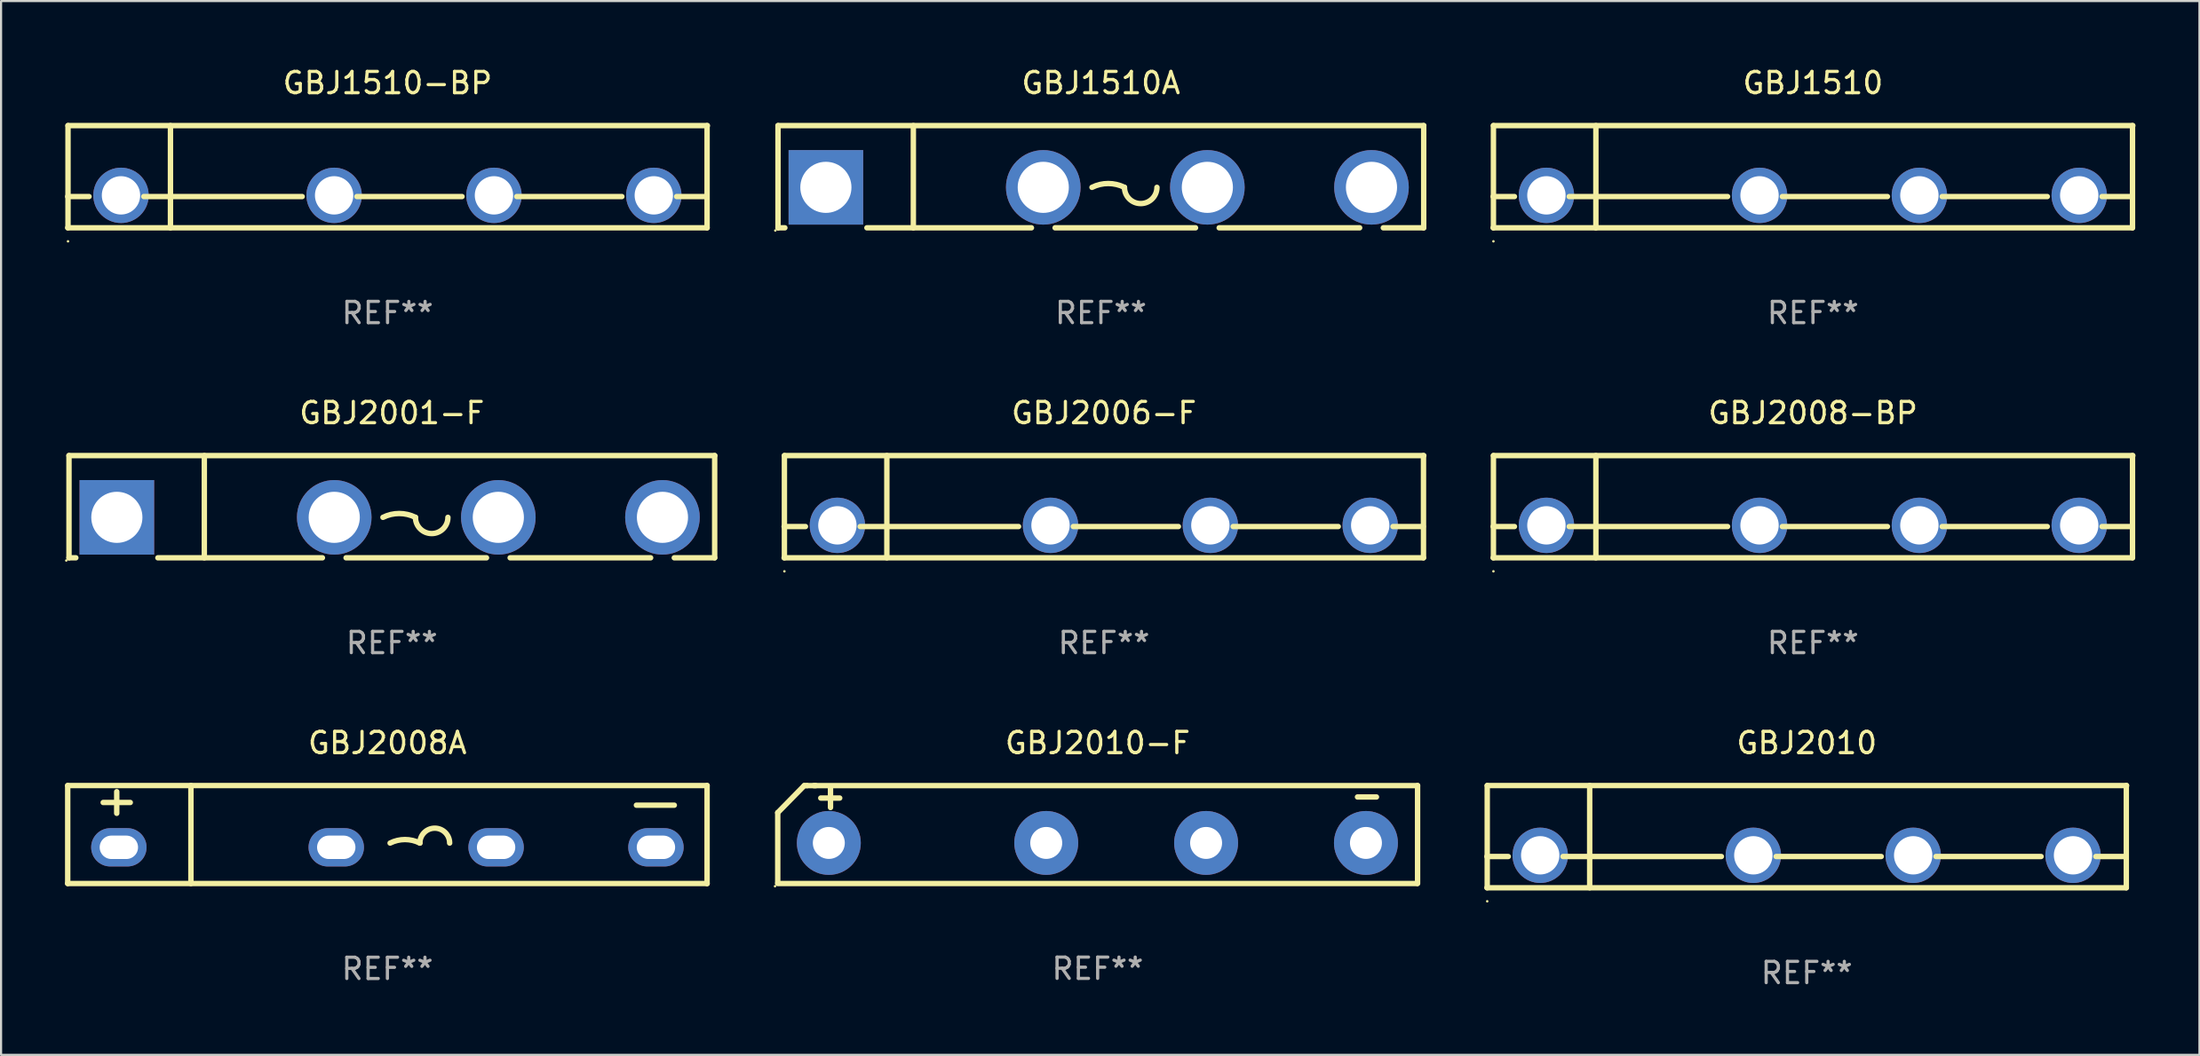
<source format=kicad_pcb>
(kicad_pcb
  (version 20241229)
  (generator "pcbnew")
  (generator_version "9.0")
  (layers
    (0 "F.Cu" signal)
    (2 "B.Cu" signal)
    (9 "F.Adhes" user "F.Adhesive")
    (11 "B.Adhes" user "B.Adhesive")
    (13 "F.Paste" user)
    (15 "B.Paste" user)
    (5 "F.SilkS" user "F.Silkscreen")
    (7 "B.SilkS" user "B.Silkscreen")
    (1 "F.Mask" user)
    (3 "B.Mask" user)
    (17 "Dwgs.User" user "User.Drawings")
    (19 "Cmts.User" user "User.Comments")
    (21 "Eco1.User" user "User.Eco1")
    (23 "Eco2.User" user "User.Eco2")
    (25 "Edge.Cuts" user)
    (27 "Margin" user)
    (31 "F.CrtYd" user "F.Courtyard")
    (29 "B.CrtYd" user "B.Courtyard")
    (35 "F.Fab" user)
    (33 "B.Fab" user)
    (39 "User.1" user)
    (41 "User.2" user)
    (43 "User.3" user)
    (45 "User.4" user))
  (footprint "GBJ1510"
    (layer "F.Cu")
    (at 82.016 5.248)
    (property "Reference" "GBJ1510" (at 0 -4.4 0) (layer "F.SilkS") (effects (font (size 1 1) (thickness 0.15))))
    (attr through_hole)
    (fp_line (start -15.007 0.932) (end -14.006 0.932) (stroke (width 0.254) (type solid)) (layer "F.SilkS"))
    (fp_line (start -15.007 2.4) (end 14.993 2.4) (stroke (width 0.254) (type solid)) (layer "F.SilkS"))
    (fp_line (start -14.993 -2.4) (end -14.993 2.4) (stroke (width 0.254) (type solid)) (layer "F.SilkS"))
    (fp_line (start -14.993 -2.4) (end 15.007 -2.4) (stroke (width 0.254) (type solid)) (layer "F.SilkS"))
    (fp_line (start -11.436 0.932) (end -4.006 0.932) (stroke (width 0.254) (type solid)) (layer "F.SilkS"))
    (fp_line (start -10.186 -2.4) (end -10.186 2.4) (stroke (width 0.254) (type solid)) (layer "F.SilkS"))
    (fp_line (start -1.436 0.932) (end 3.494 0.932) (stroke (width 0.254) (type solid)) (layer "F.SilkS"))
    (fp_line (start 6.064 0.932) (end 10.994 0.932) (stroke (width 0.254) (type solid)) (layer "F.SilkS"))
    (fp_line (start 13.564 0.932) (end 14.979 0.932) (stroke (width 0.254) (type solid)) (layer "F.SilkS"))
    (fp_line (start 14.993 -2.4) (end 14.993 2.4) (stroke (width 0.254) (type solid)) (layer "F.SilkS"))
    (fp_circle (center -14.993 3.035) (end -14.963 3.035) (stroke (width 0.06) (type solid)) (fill no) (layer "F.SilkS"))
    (fp_text user "-" (at 11.169 -0.648 0) (layer "B.Mask") (effects (font (size 1 1) (thickness 0.15))))
    (fp_text user "&#126;" (at 3.931 -0.574 0) (layer "B.Mask") (effects (font (size 1 1) (thickness 0.15))))
    (fp_text user "+" (at -13.468 -0.656 0) (layer "B.Mask") (effects (font (size 1 1) (thickness 0.15))))
    (fp_text user "&#126;" (at -3.308 -0.701 0) (layer "B.Mask") (effects (font (size 1 1) (thickness 0.15))))
    (fp_text user "REF**" (at 0 6.4 0) (layer "F.Fab") (effects (font (size 1 1) (thickness 0.15))))
    (pad "1" thru_hole circle (at -12.507 0.876) (size 2.6 2.6) (drill 1.8) (layers "*.Cu" "*.Mask"))
    (pad "2" thru_hole circle (at -2.507 0.876) (size 2.6 2.6) (drill 1.8) (layers "*.Cu" "*.Mask"))
    (pad "3" thru_hole circle (at 4.993 0.876) (size 2.6 2.6) (drill 1.8) (layers "*.Cu" "*.Mask"))
    (pad "4" thru_hole circle (at 12.493 0.876) (size 2.6 2.6) (drill 1.8) (layers "*.Cu" "*.Mask")))
  (footprint "GBJ2006-F"
    (layer "F.Cu")
    (at 48.748 20.745)
    (property "Reference" "GBJ2006-F" (at 0 -4.4 0) (layer "F.SilkS") (effects (font (size 1 1) (thickness 0.15))))
    (attr through_hole)
    (fp_line (start -15.007 0.932) (end -14.006 0.932) (stroke (width 0.254) (type solid)) (layer "F.SilkS"))
    (fp_line (start -15.007 2.4) (end 14.993 2.4) (stroke (width 0.254) (type solid)) (layer "F.SilkS"))
    (fp_line (start -14.993 -2.4) (end -14.993 2.4) (stroke (width 0.254) (type solid)) (layer "F.SilkS"))
    (fp_line (start -14.993 -2.4) (end 15.007 -2.4) (stroke (width 0.254) (type solid)) (layer "F.SilkS"))
    (fp_line (start -11.436 0.932) (end -4.006 0.932) (stroke (width 0.254) (type solid)) (layer "F.SilkS"))
    (fp_line (start -10.186 -2.4) (end -10.186 2.4) (stroke (width 0.254) (type solid)) (layer "F.SilkS"))
    (fp_line (start -1.436 0.932) (end 3.494 0.932) (stroke (width 0.254) (type solid)) (layer "F.SilkS"))
    (fp_line (start 6.064 0.932) (end 10.994 0.932) (stroke (width 0.254) (type solid)) (layer "F.SilkS"))
    (fp_line (start 13.564 0.932) (end 14.979 0.932) (stroke (width 0.254) (type solid)) (layer "F.SilkS"))
    (fp_line (start 14.993 -2.4) (end 14.993 2.4) (stroke (width 0.254) (type solid)) (layer "F.SilkS"))
    (fp_circle (center -14.993 3.035) (end -14.963 3.035) (stroke (width 0.06) (type solid)) (fill no) (layer "F.SilkS"))
    (fp_text user "-" (at 11.169 -0.648 0) (layer "B.Mask") (effects (font (size 1 1) (thickness 0.15))))
    (fp_text user "&#126;" (at -3.308 -0.701 0) (layer "B.Mask") (effects (font (size 1 1) (thickness 0.15))))
    (fp_text user "&#126;" (at 3.931 -0.574 0) (layer "B.Mask") (effects (font (size 1 1) (thickness 0.15))))
    (fp_text user "+" (at -13.468 -0.656 0) (layer "B.Mask") (effects (font (size 1 1) (thickness 0.15))))
    (fp_text user "REF**" (at 0 6.4 0) (layer "F.Fab") (effects (font (size 1 1) (thickness 0.15))))
    (pad "1" thru_hole circle (at -12.507 0.876) (size 2.6 2.6) (drill 1.8) (layers "*.Cu" "*.Mask"))
    (pad "2" thru_hole circle (at -2.507 0.876) (size 2.6 2.6) (drill 1.8) (layers "*.Cu" "*.Mask"))
    (pad "3" thru_hole circle (at 4.993 0.876) (size 2.6 2.6) (drill 1.8) (layers "*.Cu" "*.Mask"))
    (pad "4" thru_hole circle (at 12.493 0.876) (size 2.6 2.6) (drill 1.8) (layers "*.Cu" "*.Mask")))
  (footprint "GBJ2008-BP"
    (layer "F.Cu")
    (at 82.016 20.745)
    (property "Reference" "GBJ2008-BP" (at 0 -4.4 0) (layer "F.SilkS") (effects (font (size 1 1) (thickness 0.15))))
    (attr through_hole)
    (fp_line (start -15.007 0.932) (end -14.006 0.932) (stroke (width 0.254) (type solid)) (layer "F.SilkS"))
    (fp_line (start -15.007 2.4) (end 14.993 2.4) (stroke (width 0.254) (type solid)) (layer "F.SilkS"))
    (fp_line (start -14.993 -2.4) (end -14.993 2.4) (stroke (width 0.254) (type solid)) (layer "F.SilkS"))
    (fp_line (start -14.993 -2.4) (end 15.007 -2.4) (stroke (width 0.254) (type solid)) (layer "F.SilkS"))
    (fp_line (start -11.436 0.932) (end -4.006 0.932) (stroke (width 0.254) (type solid)) (layer "F.SilkS"))
    (fp_line (start -10.186 -2.4) (end -10.186 2.4) (stroke (width 0.254) (type solid)) (layer "F.SilkS"))
    (fp_line (start -1.436 0.932) (end 3.494 0.932) (stroke (width 0.254) (type solid)) (layer "F.SilkS"))
    (fp_line (start 6.064 0.932) (end 10.994 0.932) (stroke (width 0.254) (type solid)) (layer "F.SilkS"))
    (fp_line (start 13.564 0.932) (end 14.979 0.932) (stroke (width 0.254) (type solid)) (layer "F.SilkS"))
    (fp_line (start 14.993 -2.4) (end 14.993 2.4) (stroke (width 0.254) (type solid)) (layer "F.SilkS"))
    (fp_circle (center -14.993 3.035) (end -14.963 3.035) (stroke (width 0.06) (type solid)) (fill no) (layer "F.SilkS"))
    (fp_text user "&#126;" (at 3.931 -0.574 0) (layer "B.Mask") (effects (font (size 1 1) (thickness 0.15))))
    (fp_text user "-" (at 11.169 -0.648 0) (layer "B.Mask") (effects (font (size 1 1) (thickness 0.15))))
    (fp_text user "&#126;" (at -3.308 -0.701 0) (layer "B.Mask") (effects (font (size 1 1) (thickness 0.15))))
    (fp_text user "+" (at -13.468 -0.656 0) (layer "B.Mask") (effects (font (size 1 1) (thickness 0.15))))
    (fp_text user "REF**" (at 0 6.4 0) (layer "F.Fab") (effects (font (size 1 1) (thickness 0.15))))
    (pad "1" thru_hole circle (at -12.507 0.876) (size 2.6 2.6) (drill 1.8) (layers "*.Cu" "*.Mask"))
    (pad "2" thru_hole circle (at -2.507 0.876) (size 2.6 2.6) (drill 1.8) (layers "*.Cu" "*.Mask"))
    (pad "3" thru_hole circle (at 4.993 0.876) (size 2.6 2.6) (drill 1.8) (layers "*.Cu" "*.Mask"))
    (pad "4" thru_hole circle (at 12.493 0.876) (size 2.6 2.6) (drill 1.8) (layers "*.Cu" "*.Mask")))
  (footprint "GBJ2008A"
    (layer "F.Cu")
    (at 15.127 36.144)
    (property "Reference" "GBJ2008A" (at 0 -4.303 0) (layer "F.SilkS") (effects (font (size 1 1) (thickness 0.15))))
    (attr through_hole)
    (fp_line (start -15 -2.303) (end -15 2.297) (stroke (width 0.254) (type solid)) (layer "F.SilkS"))
    (fp_line (start -15 -2.303) (end 15 -2.303) (stroke (width 0.254) (type solid)) (layer "F.SilkS"))
    (fp_line (start -15 2.297) (end 15 2.297) (stroke (width 0.254) (type solid)) (layer "F.SilkS"))
    (fp_line (start -13.335 -1.508) (end -12.065 -1.508) (stroke (width 0.254) (type solid)) (layer "F.SilkS"))
    (fp_line (start -12.7 -1) (end -12.7 -2.016) (stroke (width 0.254) (type solid)) (layer "F.SilkS"))
    (fp_line (start -9.219 -2.303) (end -9.219 2.297) (stroke (width 0.254) (type solid)) (layer "F.SilkS"))
    (fp_line (start 11.684 -1.381) (end 13.462 -1.381) (stroke (width 0.254) (type solid)) (layer "F.SilkS"))
    (fp_line (start 15 -2.303) (end 15 2.303) (stroke (width 0.254) (type solid)) (layer "F.SilkS"))
    (fp_arc (start 0.127 0.397498) (mid 0.825502 0.232604) (end 1.524003 0.397498) (stroke (width 0.254001) (type solid)) (layer "F.SilkS"))
    (fp_arc (start 1.524002 0.397498) (mid 2.222504 -0.301004) (end 2.921006 0.397498) (stroke (width 0.254001) (type solid)) (layer "F.SilkS"))
    (fp_circle (center -15 -2.27) (end -14.97 -2.27) (stroke (width 0.06) (type solid)) (fill no) (layer "F.SilkS"))
    (fp_text user "REF**" (at 0 6.303 0) (layer "F.Fab") (effects (font (size 1 1) (thickness 0.15))))
    (pad "1" thru_hole oval (at -12.6 0.597 90) (size 1.8 2.6) (drill oval 1.1 1.8) (layers "*.Cu" "*.Mask"))
    (pad "2" thru_hole oval (at -2.4 0.597 90) (size 1.8 2.6) (drill oval 1.1 1.8) (layers "*.Cu" "*.Mask"))
    (pad "3" thru_hole oval (at 5.1 0.597 90) (size 1.8 2.6) (drill oval 1.1 1.8) (layers "*.Cu" "*.Mask"))
    (pad "4" thru_hole oval (at 12.6 0.597 90) (size 1.8 2.6) (drill oval 1.1 1.8) (layers "*.Cu" "*.Mask")))
  (footprint "GBJ2001-F"
    (layer "F.Cu")
    (at 15.337 20.745)
    (property "Reference" "GBJ2001-F" (at 0 -4.4 0) (layer "F.SilkS") (effects (font (size 1 1) (thickness 0.15))))
    (attr through_hole)
    (fp_line (start -15.15 -2.4) (end -15.15 2.4) (stroke (width 0.254) (type solid)) (layer "F.SilkS"))
    (fp_line (start -15.15 -2.4) (end 15.15 -2.4) (stroke (width 0.254) (type solid)) (layer "F.SilkS"))
    (fp_line (start -15.15 2.4) (end -14.829 2.4) (stroke (width 0.254) (type solid)) (layer "F.SilkS"))
    (fp_line (start -10.979 2.4) (end -3.259 2.4) (stroke (width 0.254) (type solid)) (layer "F.SilkS"))
    (fp_line (start -8.8 -2.4) (end -8.8 2.4) (stroke (width 0.254) (type solid)) (layer "F.SilkS"))
    (fp_line (start -2.149 2.4) (end 4.44 2.4) (stroke (width 0.254) (type solid)) (layer "F.SilkS"))
    (fp_line (start 5.55 2.4) (end 12.141 2.4) (stroke (width 0.254) (type solid)) (layer "F.SilkS"))
    (fp_line (start 13.251 2.4) (end 15.146 2.4) (stroke (width 0.254) (type solid)) (layer "F.SilkS"))
    (fp_line (start 15.146 2.4) (end 15.146 -2.4) (stroke (width 0.254) (type solid)) (layer "F.SilkS"))
    (fp_arc (start -0.417958 0.5) (mid 0.344044 0.320116) (end 1.106045 0.5) (stroke (width 0.254001) (type solid)) (layer "F.SilkS"))
    (fp_arc (start 2.630048 0.5) (mid 1.868047 1.262001) (end 1.106046 0.5) (stroke (width 0.254001) (type solid)) (layer "F.SilkS"))
    (fp_circle (center -15.277 2.527) (end -15.247 2.527) (stroke (width 0.06) (type solid)) (fill no) (layer "F.SilkS"))
    (fp_text user "+" (at -10.832 0.569 0) (layer "B.Mask") (effects (font (size 1 1) (thickness 0.15))))
    (fp_text user "-" (at 8.98 0.5 0) (layer "B.Mask") (effects (font (size 1 1) (thickness 0.15))))
    (fp_text user "REF**" (at 0 6.4 0) (layer "F.Fab") (effects (font (size 1 1) (thickness 0.15))))
    (pad "1" thru_hole rect (at -12.904 0.5) (size 3.5 3.5) (drill 2.4) (layers "*.Cu" "*.Mask"))
    (pad "2" thru_hole circle (at -2.704 0.5) (size 3.5 3.5) (drill 2.4) (layers "*.Cu" "*.Mask"))
    (pad "3" thru_hole circle (at 4.995 0.5) (size 3.5 3.5) (drill 2.4) (layers "*.Cu" "*.Mask"))
    (pad "4" thru_hole circle (at 12.696 0.5) (size 3.5 3.5) (drill 2.4) (layers "*.Cu" "*.Mask")))
  (footprint "GBJ1510A"
    (layer "F.Cu")
    (at 48.605 5.248)
    (property "Reference" "GBJ1510A" (at 0 -4.4 0) (layer "F.SilkS") (effects (font (size 1 1) (thickness 0.15))))
    (attr through_hole)
    (fp_line (start -15.15 -2.4) (end -15.15 2.4) (stroke (width 0.254) (type solid)) (layer "F.SilkS"))
    (fp_line (start -15.15 -2.4) (end 15.15 -2.4) (stroke (width 0.254) (type solid)) (layer "F.SilkS"))
    (fp_line (start -15.15 2.4) (end -14.829 2.4) (stroke (width 0.254) (type solid)) (layer "F.SilkS"))
    (fp_line (start -10.979 2.4) (end -3.259 2.4) (stroke (width 0.254) (type solid)) (layer "F.SilkS"))
    (fp_line (start -8.8 -2.4) (end -8.8 2.4) (stroke (width 0.254) (type solid)) (layer "F.SilkS"))
    (fp_line (start -2.149 2.4) (end 4.44 2.4) (stroke (width 0.254) (type solid)) (layer "F.SilkS"))
    (fp_line (start 5.55 2.4) (end 12.141 2.4) (stroke (width 0.254) (type solid)) (layer "F.SilkS"))
    (fp_line (start 13.251 2.4) (end 15.146 2.4) (stroke (width 0.254) (type solid)) (layer "F.SilkS"))
    (fp_line (start 15.146 2.4) (end 15.146 -2.4) (stroke (width 0.254) (type solid)) (layer "F.SilkS"))
    (fp_arc (start -0.417958 0.5) (mid 0.344044 0.320116) (end 1.106045 0.5) (stroke (width 0.254001) (type solid)) (layer "F.SilkS"))
    (fp_arc (start 2.630048 0.5) (mid 1.868047 1.262001) (end 1.106046 0.5) (stroke (width 0.254001) (type solid)) (layer "F.SilkS"))
    (fp_circle (center -15.277 2.527) (end -15.247 2.527) (stroke (width 0.06) (type solid)) (fill no) (layer "F.SilkS"))
    (fp_text user "-" (at 8.98 0.5 0) (layer "B.Mask") (effects (font (size 1 1) (thickness 0.15))))
    (fp_text user "+" (at -10.832 0.569 0) (layer "B.Mask") (effects (font (size 1 1) (thickness 0.15))))
    (fp_text user "REF**" (at 0 6.4 0) (layer "F.Fab") (effects (font (size 1 1) (thickness 0.15))))
    (pad "1" thru_hole rect (at -12.904 0.5) (size 3.5 3.5) (drill 2.4) (layers "*.Cu" "*.Mask"))
    (pad "2" thru_hole circle (at -2.704 0.5) (size 3.5 3.5) (drill 2.4) (layers "*.Cu" "*.Mask"))
    (pad "3" thru_hole circle (at 4.995 0.5) (size 3.5 3.5) (drill 2.4) (layers "*.Cu" "*.Mask"))
    (pad "4" thru_hole circle (at 12.696 0.5) (size 3.5 3.5) (drill 2.4) (layers "*.Cu" "*.Mask")))
  (footprint "GBJ1510-BP"
    (layer "F.Cu")
    (at 15.134 5.248)
    (property "Reference" "GBJ1510-BP" (at 0 -4.4 0) (layer "F.SilkS") (effects (font (size 1 1) (thickness 0.15))))
    (attr through_hole)
    (fp_line (start -15.007 0.932) (end -14.006 0.932) (stroke (width 0.254) (type solid)) (layer "F.SilkS"))
    (fp_line (start -15.007 2.4) (end 14.993 2.4) (stroke (width 0.254) (type solid)) (layer "F.SilkS"))
    (fp_line (start -14.993 -2.4) (end -14.993 2.4) (stroke (width 0.254) (type solid)) (layer "F.SilkS"))
    (fp_line (start -14.993 -2.4) (end 15.007 -2.4) (stroke (width 0.254) (type solid)) (layer "F.SilkS"))
    (fp_line (start -11.436 0.932) (end -4.006 0.932) (stroke (width 0.254) (type solid)) (layer "F.SilkS"))
    (fp_line (start -10.186 -2.4) (end -10.186 2.4) (stroke (width 0.254) (type solid)) (layer "F.SilkS"))
    (fp_line (start -1.436 0.932) (end 3.494 0.932) (stroke (width 0.254) (type solid)) (layer "F.SilkS"))
    (fp_line (start 6.064 0.932) (end 10.994 0.932) (stroke (width 0.254) (type solid)) (layer "F.SilkS"))
    (fp_line (start 13.564 0.932) (end 14.979 0.932) (stroke (width 0.254) (type solid)) (layer "F.SilkS"))
    (fp_line (start 14.993 -2.4) (end 14.993 2.4) (stroke (width 0.254) (type solid)) (layer "F.SilkS"))
    (fp_circle (center -14.993 3.035) (end -14.963 3.035) (stroke (width 0.06) (type solid)) (fill no) (layer "F.SilkS"))
    (fp_text user "-" (at 11.169 -0.648 0) (layer "B.Mask") (effects (font (size 1 1) (thickness 0.15))))
    (fp_text user "+" (at -13.468 -0.656 0) (layer "B.Mask") (effects (font (size 1 1) (thickness 0.15))))
    (fp_text user "&#126;" (at 3.931 -0.574 0) (layer "B.Mask") (effects (font (size 1 1) (thickness 0.15))))
    (fp_text user "&#126;" (at -3.308 -0.701 0) (layer "B.Mask") (effects (font (size 1 1) (thickness 0.15))))
    (fp_text user "REF**" (at 0 6.4 0) (layer "F.Fab") (effects (font (size 1 1) (thickness 0.15))))
    (pad "1" thru_hole circle (at -12.507 0.876) (size 2.6 2.6) (drill 1.8) (layers "*.Cu" "*.Mask"))
    (pad "2" thru_hole circle (at -2.507 0.876) (size 2.6 2.6) (drill 1.8) (layers "*.Cu" "*.Mask"))
    (pad "3" thru_hole circle (at 4.993 0.876) (size 2.6 2.6) (drill 1.8) (layers "*.Cu" "*.Mask"))
    (pad "4" thru_hole circle (at 12.493 0.876) (size 2.6 2.6) (drill 1.8) (layers "*.Cu" "*.Mask")))
  (footprint "GBJ2010"
    (layer "F.Cu")
    (at 81.725 36.241)
    (property "Reference" "GBJ2010" (at 0 -4.4 0) (layer "F.SilkS") (effects (font (size 1 1) (thickness 0.15))))
    (attr through_hole)
    (fp_line (start -15.007 0.932) (end -14.006 0.932) (stroke (width 0.254) (type solid)) (layer "F.SilkS"))
    (fp_line (start -15.007 2.4) (end 14.993 2.4) (stroke (width 0.254) (type solid)) (layer "F.SilkS"))
    (fp_line (start -14.993 -2.4) (end -14.993 2.4) (stroke (width 0.254) (type solid)) (layer "F.SilkS"))
    (fp_line (start -14.993 -2.4) (end 15.007 -2.4) (stroke (width 0.254) (type solid)) (layer "F.SilkS"))
    (fp_line (start -11.436 0.932) (end -4.006 0.932) (stroke (width 0.254) (type solid)) (layer "F.SilkS"))
    (fp_line (start -10.186 -2.4) (end -10.186 2.4) (stroke (width 0.254) (type solid)) (layer "F.SilkS"))
    (fp_line (start -1.436 0.932) (end 3.494 0.932) (stroke (width 0.254) (type solid)) (layer "F.SilkS"))
    (fp_line (start 6.064 0.932) (end 10.994 0.932) (stroke (width 0.254) (type solid)) (layer "F.SilkS"))
    (fp_line (start 13.564 0.932) (end 14.979 0.932) (stroke (width 0.254) (type solid)) (layer "F.SilkS"))
    (fp_line (start 14.993 -2.4) (end 14.993 2.4) (stroke (width 0.254) (type solid)) (layer "F.SilkS"))
    (fp_circle (center -14.993 3.035) (end -14.963 3.035) (stroke (width 0.06) (type solid)) (fill no) (layer "F.SilkS"))
    (fp_text user "-" (at 11.169 -0.648 0) (layer "B.Mask") (effects (font (size 1 1) (thickness 0.15))))
    (fp_text user "&#126;" (at 3.931 -0.574 0) (layer "B.Mask") (effects (font (size 1 1) (thickness 0.15))))
    (fp_text user "&#126;" (at -3.308 -0.701 0) (layer "B.Mask") (effects (font (size 1 1) (thickness 0.15))))
    (fp_text user "+" (at -13.468 -0.656 0) (layer "B.Mask") (effects (font (size 1 1) (thickness 0.15))))
    (fp_text user "REF**" (at 0 6.4 0) (layer "F.Fab") (effects (font (size 1 1) (thickness 0.15))))
    (pad "1" thru_hole circle (at -12.507 0.876) (size 2.6 2.6) (drill 1.8) (layers "*.Cu" "*.Mask"))
    (pad "2" thru_hole circle (at -2.507 0.876) (size 2.6 2.6) (drill 1.8) (layers "*.Cu" "*.Mask"))
    (pad "3" thru_hole circle (at 4.993 0.876) (size 2.6 2.6) (drill 1.8) (layers "*.Cu" "*.Mask"))
    (pad "4" thru_hole circle (at 12.493 0.876) (size 2.6 2.6) (drill 1.8) (layers "*.Cu" "*.Mask")))
  (footprint "GBJ2010-F"
    (layer "F.Cu")
    (at 48.453 36.141)
    (property "Reference" "GBJ2010-F" (at 0 -4.3 0) (layer "F.SilkS") (effects (font (size 1 1) (thickness 0.15))))
    (attr through_hole)
    (fp_line (start -15.011 -1.027) (end -15.011 2.275) (stroke (width 0.254) (type solid)) (layer "F.SilkS"))
    (fp_line (start -15.011 -1.027) (end -13.767 -2.297) (stroke (width 0.254) (type solid)) (layer "F.SilkS"))
    (fp_line (start -15.011 2.3) (end 14.989 2.3) (stroke (width 0.254) (type solid)) (layer "F.SilkS"))
    (fp_line (start -13.767 -2.297) (end -13.64 -2.297) (stroke (width 0.254) (type solid)) (layer "F.SilkS"))
    (fp_line (start -13.64 -2.297) (end -13.233 -2.297) (stroke (width 0.254) (type solid)) (layer "F.SilkS"))
    (fp_line (start -13.31 -2.297) (end 15.011 -2.297) (stroke (width 0.254) (type solid)) (layer "F.SilkS"))
    (fp_line (start -12.992 -1.713) (end -12.103 -1.713) (stroke (width 0.254) (type solid)) (layer "F.SilkS"))
    (fp_line (start -12.535 -1.269) (end -12.535 -2.158) (stroke (width 0.254) (type solid)) (layer "F.SilkS"))
    (fp_line (start 12.192 -1.764) (end 13.081 -1.764) (stroke (width 0.254) (type solid)) (layer "F.SilkS"))
    (fp_line (start 15.011 -2.3) (end 15.011 2.3) (stroke (width 0.254) (type solid)) (layer "F.SilkS"))
    (fp_circle (center -15.138 2.427) (end -15.108 2.427) (stroke (width 0.06) (type solid)) (fill no) (layer "F.SilkS"))
    (fp_text user "REF**" (at 0 6.3 0) (layer "F.Fab") (effects (font (size 1 1) (thickness 0.15))))
    (pad "1" thru_hole circle (at -12.614 0.395) (size 3 3) (drill 1.5) (layers "*.Cu" "*.Mask"))
    (pad "2" thru_hole circle (at -2.413 0.395) (size 3 3) (drill 1.5) (layers "*.Cu" "*.Mask"))
    (pad "3" thru_hole circle (at 5.088 0.395) (size 3 3) (drill 1.5) (layers "*.Cu" "*.Mask"))
    (pad "4" thru_hole circle (at 12.588 0.395) (size 3 3) (drill 1.5) (layers "*.Cu" "*.Mask")))
  (gr_rect
    (start -3 -3)
    (end 100.15 46.489)
    (stroke (width 0.1) (type default))
    (fill no)
    (layer "Edge.Cuts")))
</source>
